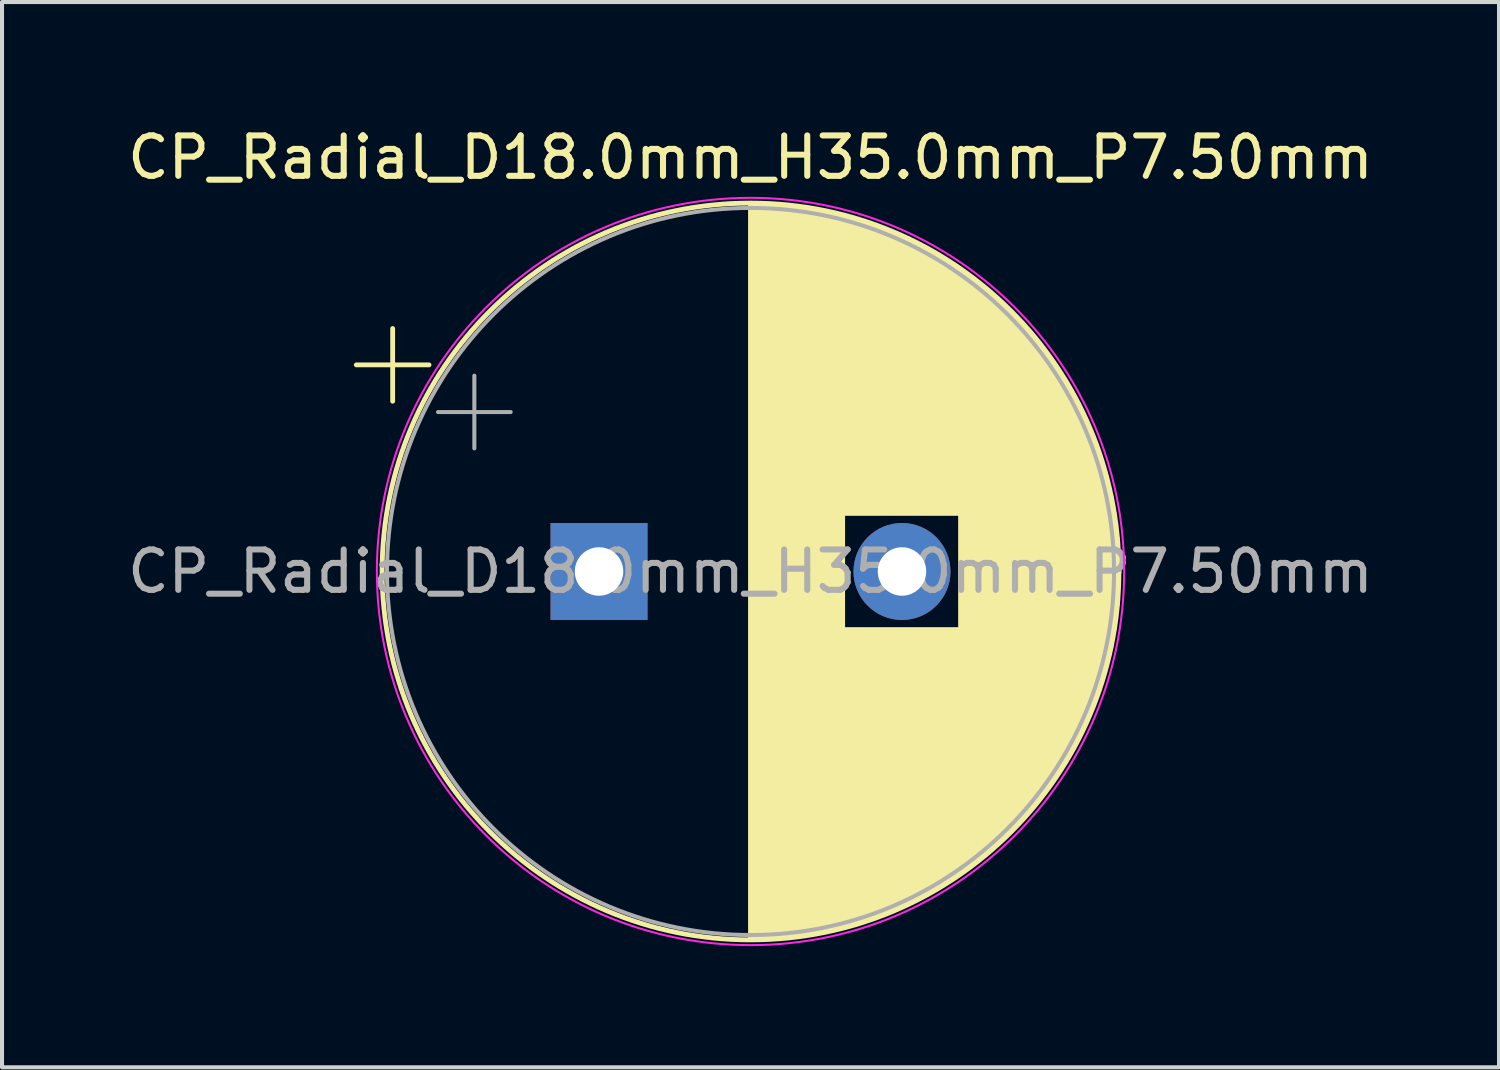
<source format=kicad_pcb>
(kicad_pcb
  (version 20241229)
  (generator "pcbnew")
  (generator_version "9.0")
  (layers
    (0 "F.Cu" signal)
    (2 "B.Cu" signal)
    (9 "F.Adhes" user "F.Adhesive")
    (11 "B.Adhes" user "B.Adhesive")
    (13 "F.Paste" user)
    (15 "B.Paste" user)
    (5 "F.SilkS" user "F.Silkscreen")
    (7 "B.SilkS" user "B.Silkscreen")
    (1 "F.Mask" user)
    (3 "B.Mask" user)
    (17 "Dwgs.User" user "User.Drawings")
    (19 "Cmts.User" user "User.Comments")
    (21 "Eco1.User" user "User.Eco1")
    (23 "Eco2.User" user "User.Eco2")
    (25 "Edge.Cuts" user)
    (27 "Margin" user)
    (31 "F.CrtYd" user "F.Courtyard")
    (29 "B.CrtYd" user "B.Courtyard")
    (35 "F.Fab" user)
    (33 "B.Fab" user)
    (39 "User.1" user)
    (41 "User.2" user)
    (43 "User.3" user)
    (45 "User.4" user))
  (footprint "CP_Radial_D18.0mm_H35.0mm_P7.50mm"
    (layer "F.Cu")
    (at 11.78 11.098)
    (property "Reference" "CP_Radial_D18.0mm_H35.0mm_P7.50mm" (at 3.75 -10.25 0) (layer "F.SilkS") (effects (font (size 1 1) (thickness 0.15))))
    (attr through_hole)
    (fp_line (start -6.009 -5.115) (end -4.209 -5.115) (stroke (width 0.12) (type solid)) (layer "F.SilkS"))
    (fp_line (start -5.109 -6.015) (end -5.109 -4.215) (stroke (width 0.12) (type solid)) (layer "F.SilkS"))
    (fp_line (start 3.75 -9.081) (end 3.75 9.081) (stroke (width 0.12) (type solid)) (layer "F.SilkS"))
    (fp_line (start 3.79 -9.08) (end 3.79 9.08) (stroke (width 0.12) (type solid)) (layer "F.SilkS"))
    (fp_line (start 3.83 -9.08) (end 3.83 9.08) (stroke (width 0.12) (type solid)) (layer "F.SilkS"))
    (fp_line (start 3.87 -9.08) (end 3.87 9.08) (stroke (width 0.12) (type solid)) (layer "F.SilkS"))
    (fp_line (start 3.91 -9.079) (end 3.91 9.079) (stroke (width 0.12) (type solid)) (layer "F.SilkS"))
    (fp_line (start 3.95 -9.078) (end 3.95 9.078) (stroke (width 0.12) (type solid)) (layer "F.SilkS"))
    (fp_line (start 3.99 -9.077) (end 3.99 9.077) (stroke (width 0.12) (type solid)) (layer "F.SilkS"))
    (fp_line (start 4.03 -9.076) (end 4.03 9.076) (stroke (width 0.12) (type solid)) (layer "F.SilkS"))
    (fp_line (start 4.07 -9.075) (end 4.07 9.075) (stroke (width 0.12) (type solid)) (layer "F.SilkS"))
    (fp_line (start 4.11 -9.073) (end 4.11 9.073) (stroke (width 0.12) (type solid)) (layer "F.SilkS"))
    (fp_line (start 4.15 -9.072) (end 4.15 9.072) (stroke (width 0.12) (type solid)) (layer "F.SilkS"))
    (fp_line (start 4.19 -9.07) (end 4.19 9.07) (stroke (width 0.12) (type solid)) (layer "F.SilkS"))
    (fp_line (start 4.23 -9.068) (end 4.23 9.068) (stroke (width 0.12) (type solid)) (layer "F.SilkS"))
    (fp_line (start 4.27 -9.066) (end 4.27 9.066) (stroke (width 0.12) (type solid)) (layer "F.SilkS"))
    (fp_line (start 4.31 -9.063) (end 4.31 9.063) (stroke (width 0.12) (type solid)) (layer "F.SilkS"))
    (fp_line (start 4.35 -9.061) (end 4.35 9.061) (stroke (width 0.12) (type solid)) (layer "F.SilkS"))
    (fp_line (start 4.39 -9.058) (end 4.39 9.058) (stroke (width 0.12) (type solid)) (layer "F.SilkS"))
    (fp_line (start 4.43 -9.055) (end 4.43 9.055) (stroke (width 0.12) (type solid)) (layer "F.SilkS"))
    (fp_line (start 4.471 -9.052) (end 4.471 9.052) (stroke (width 0.12) (type solid)) (layer "F.SilkS"))
    (fp_line (start 4.511 -9.049) (end 4.511 9.049) (stroke (width 0.12) (type solid)) (layer "F.SilkS"))
    (fp_line (start 4.551 -9.045) (end 4.551 9.045) (stroke (width 0.12) (type solid)) (layer "F.SilkS"))
    (fp_line (start 4.591 -9.042) (end 4.591 9.042) (stroke (width 0.12) (type solid)) (layer "F.SilkS"))
    (fp_line (start 4.631 -9.038) (end 4.631 9.038) (stroke (width 0.12) (type solid)) (layer "F.SilkS"))
    (fp_line (start 4.671 -9.034) (end 4.671 9.034) (stroke (width 0.12) (type solid)) (layer "F.SilkS"))
    (fp_line (start 4.711 -9.03) (end 4.711 9.03) (stroke (width 0.12) (type solid)) (layer "F.SilkS"))
    (fp_line (start 4.751 -9.026) (end 4.751 9.026) (stroke (width 0.12) (type solid)) (layer "F.SilkS"))
    (fp_line (start 4.791 -9.021) (end 4.791 9.021) (stroke (width 0.12) (type solid)) (layer "F.SilkS"))
    (fp_line (start 4.831 -9.016) (end 4.831 9.016) (stroke (width 0.12) (type solid)) (layer "F.SilkS"))
    (fp_line (start 4.871 -9.011) (end 4.871 9.011) (stroke (width 0.12) (type solid)) (layer "F.SilkS"))
    (fp_line (start 4.911 -9.006) (end 4.911 9.006) (stroke (width 0.12) (type solid)) (layer "F.SilkS"))
    (fp_line (start 4.951 -9.001) (end 4.951 9.001) (stroke (width 0.12) (type solid)) (layer "F.SilkS"))
    (fp_line (start 4.991 -8.996) (end 4.991 8.996) (stroke (width 0.12) (type solid)) (layer "F.SilkS"))
    (fp_line (start 5.031 -8.99) (end 5.031 8.99) (stroke (width 0.12) (type solid)) (layer "F.SilkS"))
    (fp_line (start 5.071 -8.984) (end 5.071 8.984) (stroke (width 0.12) (type solid)) (layer "F.SilkS"))
    (fp_line (start 5.111 -8.979) (end 5.111 8.979) (stroke (width 0.12) (type solid)) (layer "F.SilkS"))
    (fp_line (start 5.151 -8.972) (end 5.151 8.972) (stroke (width 0.12) (type solid)) (layer "F.SilkS"))
    (fp_line (start 5.191 -8.966) (end 5.191 8.966) (stroke (width 0.12) (type solid)) (layer "F.SilkS"))
    (fp_line (start 5.231 -8.96) (end 5.231 8.96) (stroke (width 0.12) (type solid)) (layer "F.SilkS"))
    (fp_line (start 5.271 -8.953) (end 5.271 8.953) (stroke (width 0.12) (type solid)) (layer "F.SilkS"))
    (fp_line (start 5.311 -8.946) (end 5.311 8.946) (stroke (width 0.12) (type solid)) (layer "F.SilkS"))
    (fp_line (start 5.351 -8.939) (end 5.351 8.939) (stroke (width 0.12) (type solid)) (layer "F.SilkS"))
    (fp_line (start 5.391 -8.932) (end 5.391 8.932) (stroke (width 0.12) (type solid)) (layer "F.SilkS"))
    (fp_line (start 5.431 -8.924) (end 5.431 8.924) (stroke (width 0.12) (type solid)) (layer "F.SilkS"))
    (fp_line (start 5.471 -8.917) (end 5.471 8.917) (stroke (width 0.12) (type solid)) (layer "F.SilkS"))
    (fp_line (start 5.511 -8.909) (end 5.511 8.909) (stroke (width 0.12) (type solid)) (layer "F.SilkS"))
    (fp_line (start 5.551 -8.901) (end 5.551 8.901) (stroke (width 0.12) (type solid)) (layer "F.SilkS"))
    (fp_line (start 5.591 -8.893) (end 5.591 8.893) (stroke (width 0.12) (type solid)) (layer "F.SilkS"))
    (fp_line (start 5.631 -8.885) (end 5.631 8.885) (stroke (width 0.12) (type solid)) (layer "F.SilkS"))
    (fp_line (start 5.671 -8.876) (end 5.671 8.876) (stroke (width 0.12) (type solid)) (layer "F.SilkS"))
    (fp_line (start 5.711 -8.867) (end 5.711 8.867) (stroke (width 0.12) (type solid)) (layer "F.SilkS"))
    (fp_line (start 5.751 -8.858) (end 5.751 8.858) (stroke (width 0.12) (type solid)) (layer "F.SilkS"))
    (fp_line (start 5.791 -8.849) (end 5.791 8.849) (stroke (width 0.12) (type solid)) (layer "F.SilkS"))
    (fp_line (start 5.831 -8.84) (end 5.831 8.84) (stroke (width 0.12) (type solid)) (layer "F.SilkS"))
    (fp_line (start 5.871 -8.831) (end 5.871 8.831) (stroke (width 0.12) (type solid)) (layer "F.SilkS"))
    (fp_line (start 5.911 -8.821) (end 5.911 8.821) (stroke (width 0.12) (type solid)) (layer "F.SilkS"))
    (fp_line (start 5.951 -8.811) (end 5.951 8.811) (stroke (width 0.12) (type solid)) (layer "F.SilkS"))
    (fp_line (start 5.991 -8.801) (end 5.991 8.801) (stroke (width 0.12) (type solid)) (layer "F.SilkS"))
    (fp_line (start 6.031 -8.791) (end 6.031 8.791) (stroke (width 0.12) (type solid)) (layer "F.SilkS"))
    (fp_line (start 6.071 -8.78) (end 6.071 -1.44) (stroke (width 0.12) (type solid)) (layer "F.SilkS"))
    (fp_line (start 6.071 1.44) (end 6.071 8.78) (stroke (width 0.12) (type solid)) (layer "F.SilkS"))
    (fp_line (start 6.111 -8.77) (end 6.111 -1.44) (stroke (width 0.12) (type solid)) (layer "F.SilkS"))
    (fp_line (start 6.111 1.44) (end 6.111 8.77) (stroke (width 0.12) (type solid)) (layer "F.SilkS"))
    (fp_line (start 6.151 -8.759) (end 6.151 -1.44) (stroke (width 0.12) (type solid)) (layer "F.SilkS"))
    (fp_line (start 6.151 1.44) (end 6.151 8.759) (stroke (width 0.12) (type solid)) (layer "F.SilkS"))
    (fp_line (start 6.191 -8.748) (end 6.191 -1.44) (stroke (width 0.12) (type solid)) (layer "F.SilkS"))
    (fp_line (start 6.191 1.44) (end 6.191 8.748) (stroke (width 0.12) (type solid)) (layer "F.SilkS"))
    (fp_line (start 6.231 -8.737) (end 6.231 -1.44) (stroke (width 0.12) (type solid)) (layer "F.SilkS"))
    (fp_line (start 6.231 1.44) (end 6.231 8.737) (stroke (width 0.12) (type solid)) (layer "F.SilkS"))
    (fp_line (start 6.271 -8.725) (end 6.271 -1.44) (stroke (width 0.12) (type solid)) (layer "F.SilkS"))
    (fp_line (start 6.271 1.44) (end 6.271 8.725) (stroke (width 0.12) (type solid)) (layer "F.SilkS"))
    (fp_line (start 6.311 -8.714) (end 6.311 -1.44) (stroke (width 0.12) (type solid)) (layer "F.SilkS"))
    (fp_line (start 6.311 1.44) (end 6.311 8.714) (stroke (width 0.12) (type solid)) (layer "F.SilkS"))
    (fp_line (start 6.351 -8.702) (end 6.351 -1.44) (stroke (width 0.12) (type solid)) (layer "F.SilkS"))
    (fp_line (start 6.351 1.44) (end 6.351 8.702) (stroke (width 0.12) (type solid)) (layer "F.SilkS"))
    (fp_line (start 6.391 -8.69) (end 6.391 -1.44) (stroke (width 0.12) (type solid)) (layer "F.SilkS"))
    (fp_line (start 6.391 1.44) (end 6.391 8.69) (stroke (width 0.12) (type solid)) (layer "F.SilkS"))
    (fp_line (start 6.431 -8.678) (end 6.431 -1.44) (stroke (width 0.12) (type solid)) (layer "F.SilkS"))
    (fp_line (start 6.431 1.44) (end 6.431 8.678) (stroke (width 0.12) (type solid)) (layer "F.SilkS"))
    (fp_line (start 6.471 -8.665) (end 6.471 -1.44) (stroke (width 0.12) (type solid)) (layer "F.SilkS"))
    (fp_line (start 6.471 1.44) (end 6.471 8.665) (stroke (width 0.12) (type solid)) (layer "F.SilkS"))
    (fp_line (start 6.511 -8.653) (end 6.511 -1.44) (stroke (width 0.12) (type solid)) (layer "F.SilkS"))
    (fp_line (start 6.511 1.44) (end 6.511 8.653) (stroke (width 0.12) (type solid)) (layer "F.SilkS"))
    (fp_line (start 6.551 -8.64) (end 6.551 -1.44) (stroke (width 0.12) (type solid)) (layer "F.SilkS"))
    (fp_line (start 6.551 1.44) (end 6.551 8.64) (stroke (width 0.12) (type solid)) (layer "F.SilkS"))
    (fp_line (start 6.591 -8.627) (end 6.591 -1.44) (stroke (width 0.12) (type solid)) (layer "F.SilkS"))
    (fp_line (start 6.591 1.44) (end 6.591 8.627) (stroke (width 0.12) (type solid)) (layer "F.SilkS"))
    (fp_line (start 6.631 -8.614) (end 6.631 -1.44) (stroke (width 0.12) (type solid)) (layer "F.SilkS"))
    (fp_line (start 6.631 1.44) (end 6.631 8.614) (stroke (width 0.12) (type solid)) (layer "F.SilkS"))
    (fp_line (start 6.671 -8.6) (end 6.671 -1.44) (stroke (width 0.12) (type solid)) (layer "F.SilkS"))
    (fp_line (start 6.671 1.44) (end 6.671 8.6) (stroke (width 0.12) (type solid)) (layer "F.SilkS"))
    (fp_line (start 6.711 -8.587) (end 6.711 -1.44) (stroke (width 0.12) (type solid)) (layer "F.SilkS"))
    (fp_line (start 6.711 1.44) (end 6.711 8.587) (stroke (width 0.12) (type solid)) (layer "F.SilkS"))
    (fp_line (start 6.751 -8.573) (end 6.751 -1.44) (stroke (width 0.12) (type solid)) (layer "F.SilkS"))
    (fp_line (start 6.751 1.44) (end 6.751 8.573) (stroke (width 0.12) (type solid)) (layer "F.SilkS"))
    (fp_line (start 6.791 -8.559) (end 6.791 -1.44) (stroke (width 0.12) (type solid)) (layer "F.SilkS"))
    (fp_line (start 6.791 1.44) (end 6.791 8.559) (stroke (width 0.12) (type solid)) (layer "F.SilkS"))
    (fp_line (start 6.831 -8.545) (end 6.831 -1.44) (stroke (width 0.12) (type solid)) (layer "F.SilkS"))
    (fp_line (start 6.831 1.44) (end 6.831 8.545) (stroke (width 0.12) (type solid)) (layer "F.SilkS"))
    (fp_line (start 6.871 -8.53) (end 6.871 -1.44) (stroke (width 0.12) (type solid)) (layer "F.SilkS"))
    (fp_line (start 6.871 1.44) (end 6.871 8.53) (stroke (width 0.12) (type solid)) (layer "F.SilkS"))
    (fp_line (start 6.911 -8.516) (end 6.911 -1.44) (stroke (width 0.12) (type solid)) (layer "F.SilkS"))
    (fp_line (start 6.911 1.44) (end 6.911 8.516) (stroke (width 0.12) (type solid)) (layer "F.SilkS"))
    (fp_line (start 6.951 -8.501) (end 6.951 -1.44) (stroke (width 0.12) (type solid)) (layer "F.SilkS"))
    (fp_line (start 6.951 1.44) (end 6.951 8.501) (stroke (width 0.12) (type solid)) (layer "F.SilkS"))
    (fp_line (start 6.991 -8.486) (end 6.991 -1.44) (stroke (width 0.12) (type solid)) (layer "F.SilkS"))
    (fp_line (start 6.991 1.44) (end 6.991 8.486) (stroke (width 0.12) (type solid)) (layer "F.SilkS"))
    (fp_line (start 7.031 -8.47) (end 7.031 -1.44) (stroke (width 0.12) (type solid)) (layer "F.SilkS"))
    (fp_line (start 7.031 1.44) (end 7.031 8.47) (stroke (width 0.12) (type solid)) (layer "F.SilkS"))
    (fp_line (start 7.071 -8.455) (end 7.071 -1.44) (stroke (width 0.12) (type solid)) (layer "F.SilkS"))
    (fp_line (start 7.071 1.44) (end 7.071 8.455) (stroke (width 0.12) (type solid)) (layer "F.SilkS"))
    (fp_line (start 7.111 -8.439) (end 7.111 -1.44) (stroke (width 0.12) (type solid)) (layer "F.SilkS"))
    (fp_line (start 7.111 1.44) (end 7.111 8.439) (stroke (width 0.12) (type solid)) (layer "F.SilkS"))
    (fp_line (start 7.151 -8.423) (end 7.151 -1.44) (stroke (width 0.12) (type solid)) (layer "F.SilkS"))
    (fp_line (start 7.151 1.44) (end 7.151 8.423) (stroke (width 0.12) (type solid)) (layer "F.SilkS"))
    (fp_line (start 7.191 -8.407) (end 7.191 -1.44) (stroke (width 0.12) (type solid)) (layer "F.SilkS"))
    (fp_line (start 7.191 1.44) (end 7.191 8.407) (stroke (width 0.12) (type solid)) (layer "F.SilkS"))
    (fp_line (start 7.231 -8.39) (end 7.231 -1.44) (stroke (width 0.12) (type solid)) (layer "F.SilkS"))
    (fp_line (start 7.231 1.44) (end 7.231 8.39) (stroke (width 0.12) (type solid)) (layer "F.SilkS"))
    (fp_line (start 7.271 -8.374) (end 7.271 -1.44) (stroke (width 0.12) (type solid)) (layer "F.SilkS"))
    (fp_line (start 7.271 1.44) (end 7.271 8.374) (stroke (width 0.12) (type solid)) (layer "F.SilkS"))
    (fp_line (start 7.311 -8.357) (end 7.311 -1.44) (stroke (width 0.12) (type solid)) (layer "F.SilkS"))
    (fp_line (start 7.311 1.44) (end 7.311 8.357) (stroke (width 0.12) (type solid)) (layer "F.SilkS"))
    (fp_line (start 7.351 -8.34) (end 7.351 -1.44) (stroke (width 0.12) (type solid)) (layer "F.SilkS"))
    (fp_line (start 7.351 1.44) (end 7.351 8.34) (stroke (width 0.12) (type solid)) (layer "F.SilkS"))
    (fp_line (start 7.391 -8.323) (end 7.391 -1.44) (stroke (width 0.12) (type solid)) (layer "F.SilkS"))
    (fp_line (start 7.391 1.44) (end 7.391 8.323) (stroke (width 0.12) (type solid)) (layer "F.SilkS"))
    (fp_line (start 7.431 -8.305) (end 7.431 -1.44) (stroke (width 0.12) (type solid)) (layer "F.SilkS"))
    (fp_line (start 7.431 1.44) (end 7.431 8.305) (stroke (width 0.12) (type solid)) (layer "F.SilkS"))
    (fp_line (start 7.471 -8.287) (end 7.471 -1.44) (stroke (width 0.12) (type solid)) (layer "F.SilkS"))
    (fp_line (start 7.471 1.44) (end 7.471 8.287) (stroke (width 0.12) (type solid)) (layer "F.SilkS"))
    (fp_line (start 7.511 -8.269) (end 7.511 -1.44) (stroke (width 0.12) (type solid)) (layer "F.SilkS"))
    (fp_line (start 7.511 1.44) (end 7.511 8.269) (stroke (width 0.12) (type solid)) (layer "F.SilkS"))
    (fp_line (start 7.551 -8.251) (end 7.551 -1.44) (stroke (width 0.12) (type solid)) (layer "F.SilkS"))
    (fp_line (start 7.551 1.44) (end 7.551 8.251) (stroke (width 0.12) (type solid)) (layer "F.SilkS"))
    (fp_line (start 7.591 -8.233) (end 7.591 -1.44) (stroke (width 0.12) (type solid)) (layer "F.SilkS"))
    (fp_line (start 7.591 1.44) (end 7.591 8.233) (stroke (width 0.12) (type solid)) (layer "F.SilkS"))
    (fp_line (start 7.631 -8.214) (end 7.631 -1.44) (stroke (width 0.12) (type solid)) (layer "F.SilkS"))
    (fp_line (start 7.631 1.44) (end 7.631 8.214) (stroke (width 0.12) (type solid)) (layer "F.SilkS"))
    (fp_line (start 7.671 -8.195) (end 7.671 -1.44) (stroke (width 0.12) (type solid)) (layer "F.SilkS"))
    (fp_line (start 7.671 1.44) (end 7.671 8.195) (stroke (width 0.12) (type solid)) (layer "F.SilkS"))
    (fp_line (start 7.711 -8.176) (end 7.711 -1.44) (stroke (width 0.12) (type solid)) (layer "F.SilkS"))
    (fp_line (start 7.711 1.44) (end 7.711 8.176) (stroke (width 0.12) (type solid)) (layer "F.SilkS"))
    (fp_line (start 7.751 -8.156) (end 7.751 -1.44) (stroke (width 0.12) (type solid)) (layer "F.SilkS"))
    (fp_line (start 7.751 1.44) (end 7.751 8.156) (stroke (width 0.12) (type solid)) (layer "F.SilkS"))
    (fp_line (start 7.791 -8.137) (end 7.791 -1.44) (stroke (width 0.12) (type solid)) (layer "F.SilkS"))
    (fp_line (start 7.791 1.44) (end 7.791 8.137) (stroke (width 0.12) (type solid)) (layer "F.SilkS"))
    (fp_line (start 7.831 -8.117) (end 7.831 -1.44) (stroke (width 0.12) (type solid)) (layer "F.SilkS"))
    (fp_line (start 7.831 1.44) (end 7.831 8.117) (stroke (width 0.12) (type solid)) (layer "F.SilkS"))
    (fp_line (start 7.871 -8.097) (end 7.871 -1.44) (stroke (width 0.12) (type solid)) (layer "F.SilkS"))
    (fp_line (start 7.871 1.44) (end 7.871 8.097) (stroke (width 0.12) (type solid)) (layer "F.SilkS"))
    (fp_line (start 7.911 -8.076) (end 7.911 -1.44) (stroke (width 0.12) (type solid)) (layer "F.SilkS"))
    (fp_line (start 7.911 1.44) (end 7.911 8.076) (stroke (width 0.12) (type solid)) (layer "F.SilkS"))
    (fp_line (start 7.951 -8.056) (end 7.951 -1.44) (stroke (width 0.12) (type solid)) (layer "F.SilkS"))
    (fp_line (start 7.951 1.44) (end 7.951 8.056) (stroke (width 0.12) (type solid)) (layer "F.SilkS"))
    (fp_line (start 7.991 -8.035) (end 7.991 -1.44) (stroke (width 0.12) (type solid)) (layer "F.SilkS"))
    (fp_line (start 7.991 1.44) (end 7.991 8.035) (stroke (width 0.12) (type solid)) (layer "F.SilkS"))
    (fp_line (start 8.031 -8.014) (end 8.031 -1.44) (stroke (width 0.12) (type solid)) (layer "F.SilkS"))
    (fp_line (start 8.031 1.44) (end 8.031 8.014) (stroke (width 0.12) (type solid)) (layer "F.SilkS"))
    (fp_line (start 8.071 -7.992) (end 8.071 -1.44) (stroke (width 0.12) (type solid)) (layer "F.SilkS"))
    (fp_line (start 8.071 1.44) (end 8.071 7.992) (stroke (width 0.12) (type solid)) (layer "F.SilkS"))
    (fp_line (start 8.111 -7.971) (end 8.111 -1.44) (stroke (width 0.12) (type solid)) (layer "F.SilkS"))
    (fp_line (start 8.111 1.44) (end 8.111 7.971) (stroke (width 0.12) (type solid)) (layer "F.SilkS"))
    (fp_line (start 8.151 -7.949) (end 8.151 -1.44) (stroke (width 0.12) (type solid)) (layer "F.SilkS"))
    (fp_line (start 8.151 1.44) (end 8.151 7.949) (stroke (width 0.12) (type solid)) (layer "F.SilkS"))
    (fp_line (start 8.191 -7.927) (end 8.191 -1.44) (stroke (width 0.12) (type solid)) (layer "F.SilkS"))
    (fp_line (start 8.191 1.44) (end 8.191 7.927) (stroke (width 0.12) (type solid)) (layer "F.SilkS"))
    (fp_line (start 8.231 -7.904) (end 8.231 -1.44) (stroke (width 0.12) (type solid)) (layer "F.SilkS"))
    (fp_line (start 8.231 1.44) (end 8.231 7.904) (stroke (width 0.12) (type solid)) (layer "F.SilkS"))
    (fp_line (start 8.271 -7.882) (end 8.271 -1.44) (stroke (width 0.12) (type solid)) (layer "F.SilkS"))
    (fp_line (start 8.271 1.44) (end 8.271 7.882) (stroke (width 0.12) (type solid)) (layer "F.SilkS"))
    (fp_line (start 8.311 -7.859) (end 8.311 -1.44) (stroke (width 0.12) (type solid)) (layer "F.SilkS"))
    (fp_line (start 8.311 1.44) (end 8.311 7.859) (stroke (width 0.12) (type solid)) (layer "F.SilkS"))
    (fp_line (start 8.351 -7.835) (end 8.351 -1.44) (stroke (width 0.12) (type solid)) (layer "F.SilkS"))
    (fp_line (start 8.351 1.44) (end 8.351 7.835) (stroke (width 0.12) (type solid)) (layer "F.SilkS"))
    (fp_line (start 8.391 -7.812) (end 8.391 -1.44) (stroke (width 0.12) (type solid)) (layer "F.SilkS"))
    (fp_line (start 8.391 1.44) (end 8.391 7.812) (stroke (width 0.12) (type solid)) (layer "F.SilkS"))
    (fp_line (start 8.431 -7.788) (end 8.431 -1.44) (stroke (width 0.12) (type solid)) (layer "F.SilkS"))
    (fp_line (start 8.431 1.44) (end 8.431 7.788) (stroke (width 0.12) (type solid)) (layer "F.SilkS"))
    (fp_line (start 8.471 -7.764) (end 8.471 -1.44) (stroke (width 0.12) (type solid)) (layer "F.SilkS"))
    (fp_line (start 8.471 1.44) (end 8.471 7.764) (stroke (width 0.12) (type solid)) (layer "F.SilkS"))
    (fp_line (start 8.511 -7.74) (end 8.511 -1.44) (stroke (width 0.12) (type solid)) (layer "F.SilkS"))
    (fp_line (start 8.511 1.44) (end 8.511 7.74) (stroke (width 0.12) (type solid)) (layer "F.SilkS"))
    (fp_line (start 8.551 -7.715) (end 8.551 -1.44) (stroke (width 0.12) (type solid)) (layer "F.SilkS"))
    (fp_line (start 8.551 1.44) (end 8.551 7.715) (stroke (width 0.12) (type solid)) (layer "F.SilkS"))
    (fp_line (start 8.591 -7.69) (end 8.591 -1.44) (stroke (width 0.12) (type solid)) (layer "F.SilkS"))
    (fp_line (start 8.591 1.44) (end 8.591 7.69) (stroke (width 0.12) (type solid)) (layer "F.SilkS"))
    (fp_line (start 8.631 -7.665) (end 8.631 -1.44) (stroke (width 0.12) (type solid)) (layer "F.SilkS"))
    (fp_line (start 8.631 1.44) (end 8.631 7.665) (stroke (width 0.12) (type solid)) (layer "F.SilkS"))
    (fp_line (start 8.671 -7.64) (end 8.671 -1.44) (stroke (width 0.12) (type solid)) (layer "F.SilkS"))
    (fp_line (start 8.671 1.44) (end 8.671 7.64) (stroke (width 0.12) (type solid)) (layer "F.SilkS"))
    (fp_line (start 8.711 -7.614) (end 8.711 -1.44) (stroke (width 0.12) (type solid)) (layer "F.SilkS"))
    (fp_line (start 8.711 1.44) (end 8.711 7.614) (stroke (width 0.12) (type solid)) (layer "F.SilkS"))
    (fp_line (start 8.751 -7.588) (end 8.751 -1.44) (stroke (width 0.12) (type solid)) (layer "F.SilkS"))
    (fp_line (start 8.751 1.44) (end 8.751 7.588) (stroke (width 0.12) (type solid)) (layer "F.SilkS"))
    (fp_line (start 8.791 -7.561) (end 8.791 -1.44) (stroke (width 0.12) (type solid)) (layer "F.SilkS"))
    (fp_line (start 8.791 1.44) (end 8.791 7.561) (stroke (width 0.12) (type solid)) (layer "F.SilkS"))
    (fp_line (start 8.831 -7.535) (end 8.831 -1.44) (stroke (width 0.12) (type solid)) (layer "F.SilkS"))
    (fp_line (start 8.831 1.44) (end 8.831 7.535) (stroke (width 0.12) (type solid)) (layer "F.SilkS"))
    (fp_line (start 8.871 -7.508) (end 8.871 -1.44) (stroke (width 0.12) (type solid)) (layer "F.SilkS"))
    (fp_line (start 8.871 1.44) (end 8.871 7.508) (stroke (width 0.12) (type solid)) (layer "F.SilkS"))
    (fp_line (start 8.911 -7.48) (end 8.911 -1.44) (stroke (width 0.12) (type solid)) (layer "F.SilkS"))
    (fp_line (start 8.911 1.44) (end 8.911 7.48) (stroke (width 0.12) (type solid)) (layer "F.SilkS"))
    (fp_line (start 8.951 -7.453) (end 8.951 7.453) (stroke (width 0.12) (type solid)) (layer "F.SilkS"))
    (fp_line (start 8.991 -7.425) (end 8.991 7.425) (stroke (width 0.12) (type solid)) (layer "F.SilkS"))
    (fp_line (start 9.031 -7.397) (end 9.031 7.397) (stroke (width 0.12) (type solid)) (layer "F.SilkS"))
    (fp_line (start 9.071 -7.368) (end 9.071 7.368) (stroke (width 0.12) (type solid)) (layer "F.SilkS"))
    (fp_line (start 9.111 -7.339) (end 9.111 7.339) (stroke (width 0.12) (type solid)) (layer "F.SilkS"))
    (fp_line (start 9.151 -7.31) (end 9.151 7.31) (stroke (width 0.12) (type solid)) (layer "F.SilkS"))
    (fp_line (start 9.191 -7.28) (end 9.191 7.28) (stroke (width 0.12) (type solid)) (layer "F.SilkS"))
    (fp_line (start 9.231 -7.25) (end 9.231 7.25) (stroke (width 0.12) (type solid)) (layer "F.SilkS"))
    (fp_line (start 9.271 -7.22) (end 9.271 7.22) (stroke (width 0.12) (type solid)) (layer "F.SilkS"))
    (fp_line (start 9.311 -7.19) (end 9.311 7.19) (stroke (width 0.12) (type solid)) (layer "F.SilkS"))
    (fp_line (start 9.351 -7.159) (end 9.351 7.159) (stroke (width 0.12) (type solid)) (layer "F.SilkS"))
    (fp_line (start 9.391 -7.127) (end 9.391 7.127) (stroke (width 0.12) (type solid)) (layer "F.SilkS"))
    (fp_line (start 9.431 -7.096) (end 9.431 7.096) (stroke (width 0.12) (type solid)) (layer "F.SilkS"))
    (fp_line (start 9.471 -7.064) (end 9.471 7.064) (stroke (width 0.12) (type solid)) (layer "F.SilkS"))
    (fp_line (start 9.511 -7.031) (end 9.511 7.031) (stroke (width 0.12) (type solid)) (layer "F.SilkS"))
    (fp_line (start 9.551 -6.999) (end 9.551 6.999) (stroke (width 0.12) (type solid)) (layer "F.SilkS"))
    (fp_line (start 9.591 -6.965) (end 9.591 6.965) (stroke (width 0.12) (type solid)) (layer "F.SilkS"))
    (fp_line (start 9.631 -6.932) (end 9.631 6.932) (stroke (width 0.12) (type solid)) (layer "F.SilkS"))
    (fp_line (start 9.671 -6.898) (end 9.671 6.898) (stroke (width 0.12) (type solid)) (layer "F.SilkS"))
    (fp_line (start 9.711 -6.864) (end 9.711 6.864) (stroke (width 0.12) (type solid)) (layer "F.SilkS"))
    (fp_line (start 9.751 -6.829) (end 9.751 6.829) (stroke (width 0.12) (type solid)) (layer "F.SilkS"))
    (fp_line (start 9.791 -6.794) (end 9.791 6.794) (stroke (width 0.12) (type solid)) (layer "F.SilkS"))
    (fp_line (start 9.831 -6.758) (end 9.831 6.758) (stroke (width 0.12) (type solid)) (layer "F.SilkS"))
    (fp_line (start 9.871 -6.722) (end 9.871 6.722) (stroke (width 0.12) (type solid)) (layer "F.SilkS"))
    (fp_line (start 9.911 -6.686) (end 9.911 6.686) (stroke (width 0.12) (type solid)) (layer "F.SilkS"))
    (fp_line (start 9.951 -6.649) (end 9.951 6.649) (stroke (width 0.12) (type solid)) (layer "F.SilkS"))
    (fp_line (start 9.991 -6.612) (end 9.991 6.612) (stroke (width 0.12) (type solid)) (layer "F.SilkS"))
    (fp_line (start 10.031 -6.574) (end 10.031 6.574) (stroke (width 0.12) (type solid)) (layer "F.SilkS"))
    (fp_line (start 10.071 -6.536) (end 10.071 6.536) (stroke (width 0.12) (type solid)) (layer "F.SilkS"))
    (fp_line (start 10.111 -6.497) (end 10.111 6.497) (stroke (width 0.12) (type solid)) (layer "F.SilkS"))
    (fp_line (start 10.151 -6.458) (end 10.151 6.458) (stroke (width 0.12) (type solid)) (layer "F.SilkS"))
    (fp_line (start 10.191 -6.418) (end 10.191 6.418) (stroke (width 0.12) (type solid)) (layer "F.SilkS"))
    (fp_line (start 10.231 -6.378) (end 10.231 6.378) (stroke (width 0.12) (type solid)) (layer "F.SilkS"))
    (fp_line (start 10.271 -6.337) (end 10.271 6.337) (stroke (width 0.12) (type solid)) (layer "F.SilkS"))
    (fp_line (start 10.311 -6.296) (end 10.311 6.296) (stroke (width 0.12) (type solid)) (layer "F.SilkS"))
    (fp_line (start 10.351 -6.254) (end 10.351 6.254) (stroke (width 0.12) (type solid)) (layer "F.SilkS"))
    (fp_line (start 10.391 -6.212) (end 10.391 6.212) (stroke (width 0.12) (type solid)) (layer "F.SilkS"))
    (fp_line (start 10.431 -6.17) (end 10.431 6.17) (stroke (width 0.12) (type solid)) (layer "F.SilkS"))
    (fp_line (start 10.471 -6.126) (end 10.471 6.126) (stroke (width 0.12) (type solid)) (layer "F.SilkS"))
    (fp_line (start 10.511 -6.082) (end 10.511 6.082) (stroke (width 0.12) (type solid)) (layer "F.SilkS"))
    (fp_line (start 10.551 -6.038) (end 10.551 6.038) (stroke (width 0.12) (type solid)) (layer "F.SilkS"))
    (fp_line (start 10.591 -5.993) (end 10.591 5.993) (stroke (width 0.12) (type solid)) (layer "F.SilkS"))
    (fp_line (start 10.631 -5.947) (end 10.631 5.947) (stroke (width 0.12) (type solid)) (layer "F.SilkS"))
    (fp_line (start 10.671 -5.901) (end 10.671 5.901) (stroke (width 0.12) (type solid)) (layer "F.SilkS"))
    (fp_line (start 10.711 -5.854) (end 10.711 5.854) (stroke (width 0.12) (type solid)) (layer "F.SilkS"))
    (fp_line (start 10.751 -5.806) (end 10.751 5.806) (stroke (width 0.12) (type solid)) (layer "F.SilkS"))
    (fp_line (start 10.791 -5.758) (end 10.791 5.758) (stroke (width 0.12) (type solid)) (layer "F.SilkS"))
    (fp_line (start 10.831 -5.709) (end 10.831 5.709) (stroke (width 0.12) (type solid)) (layer "F.SilkS"))
    (fp_line (start 10.871 -5.66) (end 10.871 5.66) (stroke (width 0.12) (type solid)) (layer "F.SilkS"))
    (fp_line (start 10.911 -5.609) (end 10.911 5.609) (stroke (width 0.12) (type solid)) (layer "F.SilkS"))
    (fp_line (start 10.951 -5.558) (end 10.951 5.558) (stroke (width 0.12) (type solid)) (layer "F.SilkS"))
    (fp_line (start 10.991 -5.506) (end 10.991 5.506) (stroke (width 0.12) (type solid)) (layer "F.SilkS"))
    (fp_line (start 11.031 -5.454) (end 11.031 5.454) (stroke (width 0.12) (type solid)) (layer "F.SilkS"))
    (fp_line (start 11.071 -5.4) (end 11.071 5.4) (stroke (width 0.12) (type solid)) (layer "F.SilkS"))
    (fp_line (start 11.111 -5.346) (end 11.111 5.346) (stroke (width 0.12) (type solid)) (layer "F.SilkS"))
    (fp_line (start 11.151 -5.291) (end 11.151 5.291) (stroke (width 0.12) (type solid)) (layer "F.SilkS"))
    (fp_line (start 11.191 -5.235) (end 11.191 5.235) (stroke (width 0.12) (type solid)) (layer "F.SilkS"))
    (fp_line (start 11.231 -5.178) (end 11.231 5.178) (stroke (width 0.12) (type solid)) (layer "F.SilkS"))
    (fp_line (start 11.271 -5.12) (end 11.271 5.12) (stroke (width 0.12) (type solid)) (layer "F.SilkS"))
    (fp_line (start 11.311 -5.062) (end 11.311 5.062) (stroke (width 0.12) (type solid)) (layer "F.SilkS"))
    (fp_line (start 11.351 -5.002) (end 11.351 5.002) (stroke (width 0.12) (type solid)) (layer "F.SilkS"))
    (fp_line (start 11.391 -4.941) (end 11.391 4.941) (stroke (width 0.12) (type solid)) (layer "F.SilkS"))
    (fp_line (start 11.431 -4.879) (end 11.431 4.879) (stroke (width 0.12) (type solid)) (layer "F.SilkS"))
    (fp_line (start 11.471 -4.816) (end 11.471 4.816) (stroke (width 0.12) (type solid)) (layer "F.SilkS"))
    (fp_line (start 11.511 -4.752) (end 11.511 4.752) (stroke (width 0.12) (type solid)) (layer "F.SilkS"))
    (fp_line (start 11.551 -4.686) (end 11.551 4.686) (stroke (width 0.12) (type solid)) (layer "F.SilkS"))
    (fp_line (start 11.591 -4.62) (end 11.591 4.62) (stroke (width 0.12) (type solid)) (layer "F.SilkS"))
    (fp_line (start 11.631 -4.552) (end 11.631 4.552) (stroke (width 0.12) (type solid)) (layer "F.SilkS"))
    (fp_line (start 11.671 -4.482) (end 11.671 4.482) (stroke (width 0.12) (type solid)) (layer "F.SilkS"))
    (fp_line (start 11.711 -4.412) (end 11.711 4.412) (stroke (width 0.12) (type solid)) (layer "F.SilkS"))
    (fp_line (start 11.751 -4.339) (end 11.751 4.339) (stroke (width 0.12) (type solid)) (layer "F.SilkS"))
    (fp_line (start 11.791 -4.265) (end 11.791 4.265) (stroke (width 0.12) (type solid)) (layer "F.SilkS"))
    (fp_line (start 11.831 -4.19) (end 11.831 4.19) (stroke (width 0.12) (type solid)) (layer "F.SilkS"))
    (fp_line (start 11.871 -4.113) (end 11.871 4.113) (stroke (width 0.12) (type solid)) (layer "F.SilkS"))
    (fp_line (start 11.911 -4.033) (end 11.911 4.033) (stroke (width 0.12) (type solid)) (layer "F.SilkS"))
    (fp_line (start 11.95 -3.952) (end 11.95 3.952) (stroke (width 0.12) (type solid)) (layer "F.SilkS"))
    (fp_line (start 11.99 -3.869) (end 11.99 3.869) (stroke (width 0.12) (type solid)) (layer "F.SilkS"))
    (fp_line (start 12.03 -3.784) (end 12.03 3.784) (stroke (width 0.12) (type solid)) (layer "F.SilkS"))
    (fp_line (start 12.07 -3.696) (end 12.07 3.696) (stroke (width 0.12) (type solid)) (layer "F.SilkS"))
    (fp_line (start 12.11 -3.605) (end 12.11 3.605) (stroke (width 0.12) (type solid)) (layer "F.SilkS"))
    (fp_line (start 12.15 -3.512) (end 12.15 3.512) (stroke (width 0.12) (type solid)) (layer "F.SilkS"))
    (fp_line (start 12.19 -3.416) (end 12.19 3.416) (stroke (width 0.12) (type solid)) (layer "F.SilkS"))
    (fp_line (start 12.23 -3.317) (end 12.23 3.317) (stroke (width 0.12) (type solid)) (layer "F.SilkS"))
    (fp_line (start 12.27 -3.214) (end 12.27 3.214) (stroke (width 0.12) (type solid)) (layer "F.SilkS"))
    (fp_line (start 12.31 -3.107) (end 12.31 3.107) (stroke (width 0.12) (type solid)) (layer "F.SilkS"))
    (fp_line (start 12.35 -2.996) (end 12.35 2.996) (stroke (width 0.12) (type solid)) (layer "F.SilkS"))
    (fp_line (start 12.39 -2.88) (end 12.39 2.88) (stroke (width 0.12) (type solid)) (layer "F.SilkS"))
    (fp_line (start 12.43 -2.759) (end 12.43 2.759) (stroke (width 0.12) (type solid)) (layer "F.SilkS"))
    (fp_line (start 12.47 -2.632) (end 12.47 2.632) (stroke (width 0.12) (type solid)) (layer "F.SilkS"))
    (fp_line (start 12.51 -2.498) (end 12.51 2.498) (stroke (width 0.12) (type solid)) (layer "F.SilkS"))
    (fp_line (start 12.55 -2.355) (end 12.55 2.355) (stroke (width 0.12) (type solid)) (layer "F.SilkS"))
    (fp_line (start 12.59 -2.203) (end 12.59 2.203) (stroke (width 0.12) (type solid)) (layer "F.SilkS"))
    (fp_line (start 12.63 -2.039) (end 12.63 2.039) (stroke (width 0.12) (type solid)) (layer "F.SilkS"))
    (fp_line (start 12.67 -1.86) (end 12.67 1.86) (stroke (width 0.12) (type solid)) (layer "F.SilkS"))
    (fp_line (start 12.71 -1.661) (end 12.71 1.661) (stroke (width 0.12) (type solid)) (layer "F.SilkS"))
    (fp_line (start 12.75 -1.435) (end 12.75 1.435) (stroke (width 0.12) (type solid)) (layer "F.SilkS"))
    (fp_line (start 12.79 -1.166) (end 12.79 1.166) (stroke (width 0.12) (type solid)) (layer "F.SilkS"))
    (fp_line (start 12.83 -0.814) (end 12.83 0.814) (stroke (width 0.12) (type solid)) (layer "F.SilkS"))
    (fp_line (start 12.87 -0.04) (end 12.87 0.04) (stroke (width 0.12) (type solid)) (layer "F.SilkS"))
    (fp_circle (center 3.75 0) (end 12.87 0) (stroke (width 0.12) (type solid)) (fill no) (layer "F.SilkS"))
    (fp_circle (center 3.75 0) (end 13 0) (stroke (width 0.05) (type solid)) (fill no) (layer "F.CrtYd"))
    (fp_line (start -3.987 -3.947) (end -2.187 -3.947) (stroke (width 0.1) (type solid)) (layer "F.Fab"))
    (fp_line (start -3.087 -4.848) (end -3.087 -3.047) (stroke (width 0.1) (type solid)) (layer "F.Fab"))
    (fp_circle (center 3.75 0) (end 12.75 0) (stroke (width 0.1) (type solid)) (fill no) (layer "F.Fab"))
    (fp_text user "${REFERENCE}" (at 3.75 0 0) (layer "F.Fab") (effects (font (size 1 1) (thickness 0.15))))
    (pad "1" thru_hole rect (at 0 0) (size 2.4 2.4) (drill 1.2) (layers "*.Cu" "*.Mask"))
    (pad "2" thru_hole circle (at 7.5 0) (size 2.4 2.4) (drill 1.2) (layers "*.Cu" "*.Mask")))
  (gr_rect
    (start -3 -3)
    (end 34.06 23.373)
    (stroke (width 0.1) (type default))
    (fill no)
    (layer "Edge.Cuts")))
</source>
